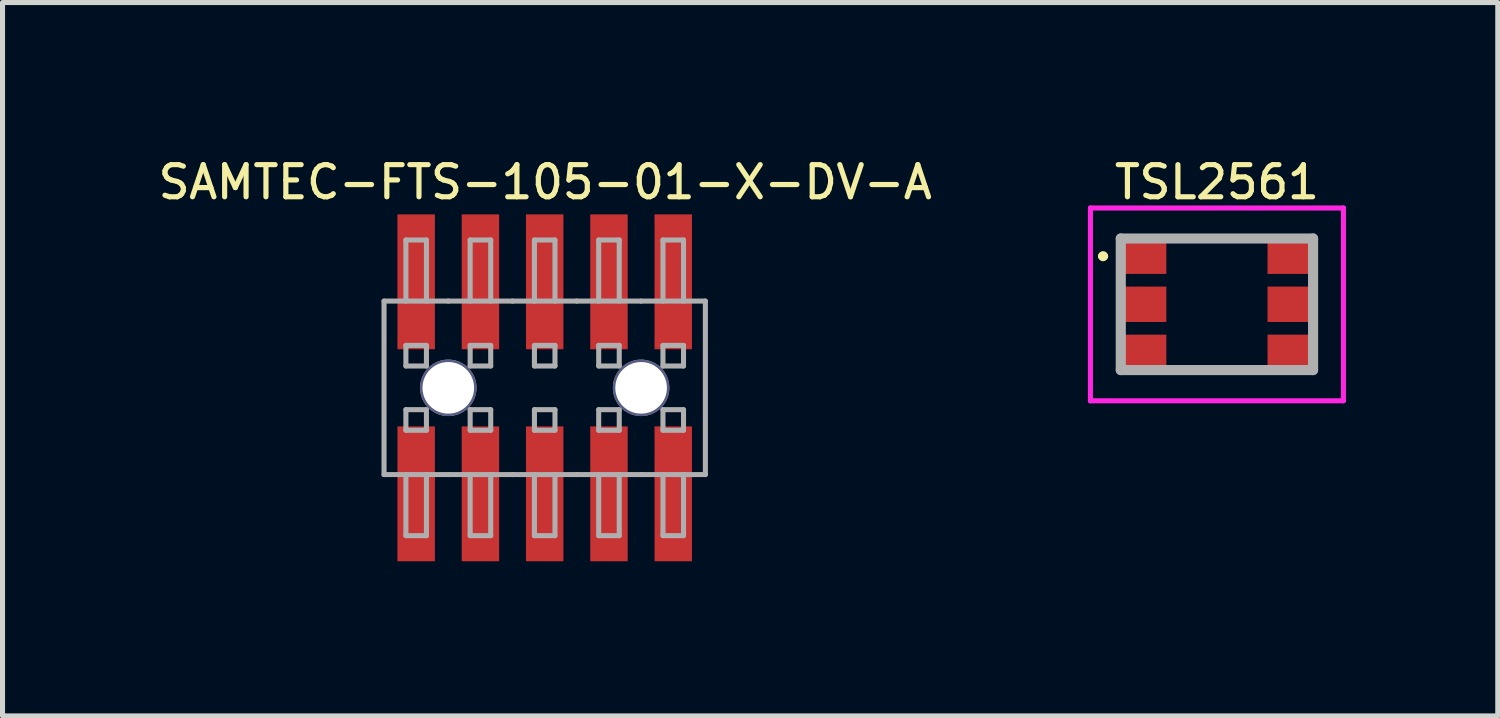
<source format=kicad_pcb>
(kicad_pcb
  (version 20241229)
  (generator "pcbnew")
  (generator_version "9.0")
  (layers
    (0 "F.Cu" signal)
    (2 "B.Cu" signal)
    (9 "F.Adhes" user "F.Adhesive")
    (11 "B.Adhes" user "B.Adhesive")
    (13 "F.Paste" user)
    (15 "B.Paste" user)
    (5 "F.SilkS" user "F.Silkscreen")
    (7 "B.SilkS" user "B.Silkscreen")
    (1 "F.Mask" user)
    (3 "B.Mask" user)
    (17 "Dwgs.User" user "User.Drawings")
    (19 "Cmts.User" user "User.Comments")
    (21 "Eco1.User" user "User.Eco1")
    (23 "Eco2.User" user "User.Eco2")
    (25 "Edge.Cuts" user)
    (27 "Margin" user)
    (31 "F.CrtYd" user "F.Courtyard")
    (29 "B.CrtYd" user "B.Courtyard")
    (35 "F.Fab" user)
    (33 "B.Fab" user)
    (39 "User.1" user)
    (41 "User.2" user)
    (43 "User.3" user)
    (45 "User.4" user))
  (footprint "SAMTEC-FTS-105-01-X-DV-A"
    (layer "F.Cu")
    (at 7.714 4.614)
    (property "Reference" "SAMTEC-FTS-105-01-X-DV-A" (at 0.01 -4.064 0) (layer "F.SilkS") (effects (font (size 0.635 0.635) (thickness 0.102))))
    (attr through_hole)
    (fp_circle (center -1.905 0) (end -1.344 0) (stroke (width 0) (type solid)) (fill yes) (layer "F.Mask"))
    (fp_circle (center 1.905 0) (end 2.466 0) (stroke (width 0) (type solid)) (fill yes) (layer "F.Mask"))
    (fp_poly (pts (xy -2.961 -3.478) (xy -2.119 -3.478) (xy -2.119 -0.713) (xy -2.961 -0.713)) (stroke (width 0.01) (type solid)) (fill yes) (layer "F.Mask"))
    (fp_poly (pts (xy -2.961 0.711) (xy -2.119 0.711) (xy -2.119 3.476) (xy -2.961 3.476)) (stroke (width 0.01) (type solid)) (fill yes) (layer "F.Mask"))
    (fp_poly (pts (xy -1.691 -3.478) (xy -0.849 -3.478) (xy -0.849 -0.713) (xy -1.691 -0.713)) (stroke (width 0.01) (type solid)) (fill yes) (layer "F.Mask"))
    (fp_poly (pts (xy -1.691 0.711) (xy -0.849 0.711) (xy -0.849 3.476) (xy -1.691 3.476)) (stroke (width 0.01) (type solid)) (fill yes) (layer "F.Mask"))
    (fp_poly (pts (xy -0.421 -3.478) (xy 0.421 -3.478) (xy 0.421 -0.713) (xy -0.421 -0.713)) (stroke (width 0.01) (type solid)) (fill yes) (layer "F.Mask"))
    (fp_poly (pts (xy -0.421 0.713) (xy 0.421 0.713) (xy 0.421 3.478) (xy -0.421 3.478)) (stroke (width 0.01) (type solid)) (fill yes) (layer "F.Mask"))
    (fp_poly (pts (xy 0.849 -3.478) (xy 1.691 -3.478) (xy 1.691 -0.713) (xy 0.849 -0.713)) (stroke (width 0.01) (type solid)) (fill yes) (layer "F.Mask"))
    (fp_poly (pts (xy 0.849 0.711) (xy 1.691 0.711) (xy 1.691 3.476) (xy 0.849 3.476)) (stroke (width 0.01) (type solid)) (fill yes) (layer "F.Mask"))
    (fp_poly (pts (xy 2.119 -3.478) (xy 2.961 -3.478) (xy 2.961 -0.713) (xy 2.119 -0.713)) (stroke (width 0.01) (type solid)) (fill yes) (layer "F.Mask"))
    (fp_poly (pts (xy 2.119 0.711) (xy 2.961 0.711) (xy 2.961 3.476) (xy 2.119 3.476)) (stroke (width 0.01) (type solid)) (fill yes) (layer "F.Mask"))
    (fp_circle (center -1.905 0) (end -1.344 0) (stroke (width 0) (type solid)) (fill yes) (layer "B.Mask"))
    (fp_circle (center 1.905 0) (end 2.466 0) (stroke (width 0) (type solid)) (fill yes) (layer "B.Mask"))
    (fp_poly (pts (xy -2.91 -3.427) (xy -2.17 -3.427) (xy -2.17 -0.762) (xy -2.91 -0.762)) (stroke (width 0.01) (type solid)) (fill yes) (layer "F.Paste"))
    (fp_poly (pts (xy -2.91 0.762) (xy -2.17 0.762) (xy -2.17 3.425) (xy -2.91 3.425)) (stroke (width 0.01) (type solid)) (fill yes) (layer "F.Paste"))
    (fp_poly (pts (xy -1.64 -3.427) (xy -0.9 -3.427) (xy -0.9 -0.762) (xy -1.64 -0.762)) (stroke (width 0.01) (type solid)) (fill yes) (layer "F.Paste"))
    (fp_poly (pts (xy -1.64 0.762) (xy -0.9 0.762) (xy -0.9 3.425) (xy -1.64 3.425)) (stroke (width 0.01) (type solid)) (fill yes) (layer "F.Paste"))
    (fp_poly (pts (xy -0.37 -3.427) (xy 0.37 -3.427) (xy 0.37 -0.762) (xy -0.37 -0.762)) (stroke (width 0.01) (type solid)) (fill yes) (layer "F.Paste"))
    (fp_poly (pts (xy -0.37 0.764) (xy 0.37 0.764) (xy 0.37 3.427) (xy -0.37 3.427)) (stroke (width 0.01) (type solid)) (fill yes) (layer "F.Paste"))
    (fp_poly (pts (xy 0.9 -3.427) (xy 1.64 -3.427) (xy 1.64 -0.762) (xy 0.9 -0.762)) (stroke (width 0.01) (type solid)) (fill yes) (layer "F.Paste"))
    (fp_poly (pts (xy 0.9 0.762) (xy 1.64 0.762) (xy 1.64 3.425) (xy 0.9 3.425)) (stroke (width 0.01) (type solid)) (fill yes) (layer "F.Paste"))
    (fp_poly (pts (xy 2.17 -3.427) (xy 2.91 -3.427) (xy 2.91 -0.762) (xy 2.17 -0.762)) (stroke (width 0.01) (type solid)) (fill yes) (layer "F.Paste"))
    (fp_poly (pts (xy 2.17 0.762) (xy 2.91 0.762) (xy 2.91 3.425) (xy 2.17 3.425)) (stroke (width 0.01) (type solid)) (fill yes) (layer "F.Paste"))
    (fp_circle (center -1.905 0) (end -1.397 0) (stroke (width 0.1) (type solid)) (fill no) (layer "B.Fab"))
    (fp_circle (center 1.905 0) (end 2.413 0) (stroke (width 0.1) (type solid)) (fill no) (layer "B.Fab"))
    (fp_line (start -3.175 -1.714) (end -1.905 -1.714) (stroke (width 0.1) (type solid)) (layer "F.Fab"))
    (fp_line (start -3.175 1.714) (end -3.175 -1.714) (stroke (width 0.1) (type solid)) (layer "F.Fab"))
    (fp_line (start -2.743 -2.921) (end -2.337 -2.921) (stroke (width 0.1) (type solid)) (layer "F.Fab"))
    (fp_line (start -2.743 -1.714) (end -2.743 -2.921) (stroke (width 0.1) (type solid)) (layer "F.Fab"))
    (fp_line (start -2.743 -0.838) (end -2.337 -0.838) (stroke (width 0.1) (type solid)) (layer "F.Fab"))
    (fp_line (start -2.743 -0.432) (end -2.743 -0.838) (stroke (width 0.1) (type solid)) (layer "F.Fab"))
    (fp_line (start -2.743 0.432) (end -2.337 0.432) (stroke (width 0.1) (type solid)) (layer "F.Fab"))
    (fp_line (start -2.743 0.838) (end -2.743 0.432) (stroke (width 0.1) (type solid)) (layer "F.Fab"))
    (fp_line (start -2.743 1.714) (end -2.743 2.921) (stroke (width 0.1) (type solid)) (layer "F.Fab"))
    (fp_line (start -2.743 2.921) (end -2.337 2.921) (stroke (width 0.1) (type solid)) (layer "F.Fab"))
    (fp_line (start -2.337 -2.921) (end -2.337 -1.714) (stroke (width 0.1) (type solid)) (layer "F.Fab"))
    (fp_line (start -2.337 -0.838) (end -2.337 -0.432) (stroke (width 0.1) (type solid)) (layer "F.Fab"))
    (fp_line (start -2.337 -0.432) (end -2.743 -0.432) (stroke (width 0.1) (type solid)) (layer "F.Fab"))
    (fp_line (start -2.337 0.432) (end -2.337 0.838) (stroke (width 0.1) (type solid)) (layer "F.Fab"))
    (fp_line (start -2.337 0.838) (end -2.743 0.838) (stroke (width 0.1) (type solid)) (layer "F.Fab"))
    (fp_line (start -2.337 2.921) (end -2.337 1.714) (stroke (width 0.1) (type solid)) (layer "F.Fab"))
    (fp_line (start -1.905 1.714) (end -3.175 1.714) (stroke (width 0.1) (type solid)) (layer "F.Fab"))
    (fp_line (start -1.905 1.714) (end -0.635 1.714) (stroke (width 0.1) (type solid)) (layer "F.Fab"))
    (fp_line (start -1.473 -2.921) (end -1.473 -1.714) (stroke (width 0.1) (type solid)) (layer "F.Fab"))
    (fp_line (start -1.473 -0.838) (end -1.473 -0.432) (stroke (width 0.1) (type solid)) (layer "F.Fab"))
    (fp_line (start -1.473 -0.432) (end -1.067 -0.432) (stroke (width 0.1) (type solid)) (layer "F.Fab"))
    (fp_line (start -1.473 0.432) (end -1.473 0.838) (stroke (width 0.1) (type solid)) (layer "F.Fab"))
    (fp_line (start -1.473 0.838) (end -1.067 0.838) (stroke (width 0.1) (type solid)) (layer "F.Fab"))
    (fp_line (start -1.473 2.921) (end -1.473 1.714) (stroke (width 0.1) (type solid)) (layer "F.Fab"))
    (fp_line (start -1.067 -2.921) (end -1.473 -2.921) (stroke (width 0.1) (type solid)) (layer "F.Fab"))
    (fp_line (start -1.067 -1.714) (end -1.067 -2.921) (stroke (width 0.1) (type solid)) (layer "F.Fab"))
    (fp_line (start -1.067 -0.838) (end -1.473 -0.838) (stroke (width 0.1) (type solid)) (layer "F.Fab"))
    (fp_line (start -1.067 -0.432) (end -1.067 -0.838) (stroke (width 0.1) (type solid)) (layer "F.Fab"))
    (fp_line (start -1.067 0.432) (end -1.473 0.432) (stroke (width 0.1) (type solid)) (layer "F.Fab"))
    (fp_line (start -1.067 0.838) (end -1.067 0.432) (stroke (width 0.1) (type solid)) (layer "F.Fab"))
    (fp_line (start -1.067 1.714) (end -1.067 2.921) (stroke (width 0.1) (type solid)) (layer "F.Fab"))
    (fp_line (start -1.067 2.921) (end -1.473 2.921) (stroke (width 0.1) (type solid)) (layer "F.Fab"))
    (fp_line (start -0.635 -1.714) (end -1.905 -1.714) (stroke (width 0.1) (type solid)) (layer "F.Fab"))
    (fp_line (start -0.635 1.714) (end 0.635 1.714) (stroke (width 0.1) (type solid)) (layer "F.Fab"))
    (fp_line (start -0.203 -2.921) (end -0.203 -1.714) (stroke (width 0.1) (type solid)) (layer "F.Fab"))
    (fp_line (start -0.203 -0.838) (end -0.203 -0.432) (stroke (width 0.1) (type solid)) (layer "F.Fab"))
    (fp_line (start -0.203 -0.432) (end 0.203 -0.432) (stroke (width 0.1) (type solid)) (layer "F.Fab"))
    (fp_line (start -0.203 0.432) (end -0.203 0.838) (stroke (width 0.1) (type solid)) (layer "F.Fab"))
    (fp_line (start -0.203 0.838) (end 0.203 0.838) (stroke (width 0.1) (type solid)) (layer "F.Fab"))
    (fp_line (start -0.203 2.921) (end -0.203 1.714) (stroke (width 0.1) (type solid)) (layer "F.Fab"))
    (fp_line (start 0.203 -2.921) (end -0.203 -2.921) (stroke (width 0.1) (type solid)) (layer "F.Fab"))
    (fp_line (start 0.203 -1.714) (end 0.203 -2.921) (stroke (width 0.1) (type solid)) (layer "F.Fab"))
    (fp_line (start 0.203 -0.838) (end -0.203 -0.838) (stroke (width 0.1) (type solid)) (layer "F.Fab"))
    (fp_line (start 0.203 -0.432) (end 0.203 -0.838) (stroke (width 0.1) (type solid)) (layer "F.Fab"))
    (fp_line (start 0.203 0.432) (end -0.203 0.432) (stroke (width 0.1) (type solid)) (layer "F.Fab"))
    (fp_line (start 0.203 0.838) (end 0.203 0.432) (stroke (width 0.1) (type solid)) (layer "F.Fab"))
    (fp_line (start 0.203 1.714) (end 0.203 2.921) (stroke (width 0.1) (type solid)) (layer "F.Fab"))
    (fp_line (start 0.203 2.921) (end -0.203 2.921) (stroke (width 0.1) (type solid)) (layer "F.Fab"))
    (fp_line (start 0.635 -1.714) (end -0.635 -1.714) (stroke (width 0.1) (type solid)) (layer "F.Fab"))
    (fp_line (start 0.635 1.714) (end 1.905 1.714) (stroke (width 0.1) (type solid)) (layer "F.Fab"))
    (fp_line (start 1.067 -2.921) (end 1.067 -1.714) (stroke (width 0.1) (type solid)) (layer "F.Fab"))
    (fp_line (start 1.067 -0.838) (end 1.067 -0.432) (stroke (width 0.1) (type solid)) (layer "F.Fab"))
    (fp_line (start 1.067 -0.432) (end 1.473 -0.432) (stroke (width 0.1) (type solid)) (layer "F.Fab"))
    (fp_line (start 1.067 0.432) (end 1.067 0.838) (stroke (width 0.1) (type solid)) (layer "F.Fab"))
    (fp_line (start 1.067 0.838) (end 1.473 0.838) (stroke (width 0.1) (type solid)) (layer "F.Fab"))
    (fp_line (start 1.067 2.921) (end 1.067 1.714) (stroke (width 0.1) (type solid)) (layer "F.Fab"))
    (fp_line (start 1.473 -2.921) (end 1.067 -2.921) (stroke (width 0.1) (type solid)) (layer "F.Fab"))
    (fp_line (start 1.473 -1.714) (end 1.473 -2.921) (stroke (width 0.1) (type solid)) (layer "F.Fab"))
    (fp_line (start 1.473 -0.838) (end 1.067 -0.838) (stroke (width 0.1) (type solid)) (layer "F.Fab"))
    (fp_line (start 1.473 -0.432) (end 1.473 -0.838) (stroke (width 0.1) (type solid)) (layer "F.Fab"))
    (fp_line (start 1.473 0.432) (end 1.067 0.432) (stroke (width 0.1) (type solid)) (layer "F.Fab"))
    (fp_line (start 1.473 0.838) (end 1.473 0.432) (stroke (width 0.1) (type solid)) (layer "F.Fab"))
    (fp_line (start 1.473 1.714) (end 1.473 2.921) (stroke (width 0.1) (type solid)) (layer "F.Fab"))
    (fp_line (start 1.473 2.921) (end 1.067 2.921) (stroke (width 0.1) (type solid)) (layer "F.Fab"))
    (fp_line (start 1.905 -1.714) (end 0.635 -1.714) (stroke (width 0.1) (type solid)) (layer "F.Fab"))
    (fp_line (start 1.905 1.714) (end 3.175 1.714) (stroke (width 0.1) (type solid)) (layer "F.Fab"))
    (fp_line (start 2.337 -2.921) (end 2.337 -1.714) (stroke (width 0.1) (type solid)) (layer "F.Fab"))
    (fp_line (start 2.337 -0.838) (end 2.337 -0.432) (stroke (width 0.1) (type solid)) (layer "F.Fab"))
    (fp_line (start 2.337 -0.432) (end 2.743 -0.432) (stroke (width 0.1) (type solid)) (layer "F.Fab"))
    (fp_line (start 2.337 0.432) (end 2.337 0.838) (stroke (width 0.1) (type solid)) (layer "F.Fab"))
    (fp_line (start 2.337 0.838) (end 2.743 0.838) (stroke (width 0.1) (type solid)) (layer "F.Fab"))
    (fp_line (start 2.337 2.921) (end 2.337 1.714) (stroke (width 0.1) (type solid)) (layer "F.Fab"))
    (fp_line (start 2.743 -2.921) (end 2.337 -2.921) (stroke (width 0.1) (type solid)) (layer "F.Fab"))
    (fp_line (start 2.743 -1.714) (end 2.743 -2.921) (stroke (width 0.1) (type solid)) (layer "F.Fab"))
    (fp_line (start 2.743 -0.838) (end 2.337 -0.838) (stroke (width 0.1) (type solid)) (layer "F.Fab"))
    (fp_line (start 2.743 -0.432) (end 2.743 -0.838) (stroke (width 0.1) (type solid)) (layer "F.Fab"))
    (fp_line (start 2.743 0.432) (end 2.337 0.432) (stroke (width 0.1) (type solid)) (layer "F.Fab"))
    (fp_line (start 2.743 0.838) (end 2.743 0.432) (stroke (width 0.1) (type solid)) (layer "F.Fab"))
    (fp_line (start 2.743 1.714) (end 2.743 2.921) (stroke (width 0.1) (type solid)) (layer "F.Fab"))
    (fp_line (start 2.743 2.921) (end 2.337 2.921) (stroke (width 0.1) (type solid)) (layer "F.Fab"))
    (fp_line (start 3.175 -1.714) (end 1.905 -1.714) (stroke (width 0.1) (type solid)) (layer "F.Fab"))
    (fp_line (start 3.175 1.714) (end 3.175 -1.714) (stroke (width 0.1) (type solid)) (layer "F.Fab"))
    (fp_circle (center -1.905 0) (end -1.397 0) (stroke (width 0.1) (type solid)) (fill no) (layer "F.Fab"))
    (fp_circle (center 1.905 0) (end 2.413 0) (stroke (width 0.1) (type solid)) (fill no) (layer "F.Fab"))
    (pad "" np_thru_hole circle (at -1.905 0) (size 1.02 1.02) (drill 1.02) (layers "*.Cu" "*.Mask"))
    (pad "" np_thru_hole circle (at 1.905 0) (size 1.02 1.02) (drill 1.02) (layers "*.Cu" "*.Mask"))
    (pad "1" smd rect (at -2.54 2.095) (size 0.74 2.665) (layers "F.Cu" "F.Paste"))
    (pad "2" smd rect (at -2.54 -2.095) (size 0.74 2.665) (layers "F.Cu" "F.Paste"))
    (pad "3" smd rect (at -1.27 2.095) (size 0.74 2.665) (layers "F.Cu" "F.Paste"))
    (pad "4" smd rect (at -1.27 -2.095) (size 0.74 2.665) (layers "F.Cu" "F.Paste"))
    (pad "5" smd rect (at 0 2.095) (size 0.74 2.665) (layers "F.Cu" "F.Paste"))
    (pad "6" smd rect (at 0 -2.095) (size 0.74 2.665) (layers "F.Cu" "F.Paste"))
    (pad "7" smd rect (at 1.27 2.095) (size 0.74 2.665) (layers "F.Cu" "F.Paste"))
    (pad "8" smd rect (at 1.27 -2.095) (size 0.74 2.665) (layers "F.Cu" "F.Paste"))
    (pad "9" smd rect (at 2.54 2.095) (size 0.74 2.665) (layers "F.Cu" "F.Paste"))
    (pad "10" smd rect (at 2.54 -2.095) (size 0.74 2.665) (layers "F.Cu" "F.Paste")))
  (footprint "TSL2561"
    (layer "F.Cu")
    (at 20.998 2.963)
    (property "Reference" "TSL2561" (at 0 -2.413 0) (layer "F.SilkS") (effects (font (size 0.635 0.635) (thickness 0.102))))
    (attr smd)
    (fp_line (start -2.3 -0.95) (end -2.3 -0.95) (stroke (width 0.1) (type solid)) (layer "F.SilkS"))
    (fp_line (start -2.2 -0.95) (end -2.2 -0.95) (stroke (width 0.1) (type solid)) (layer "F.SilkS"))
    (fp_line (start -0.5 -1.3) (end 0.5 -1.303) (stroke (width 0.1) (type solid)) (layer "F.SilkS"))
    (fp_line (start -0.5 1.3) (end 0.5 1.307) (stroke (width 0.1) (type solid)) (layer "F.SilkS"))
    (fp_arc (start -2.3 -0.95) (mid -2.25 -1) (end -2.2 -0.95) (stroke (width 0.1) (type solid)) (layer "F.SilkS"))
    (fp_arc (start -2.2 -0.95) (mid -2.25 -0.9) (end -2.3 -0.95) (stroke (width 0.1) (type solid)) (layer "F.SilkS"))
    (fp_line (start -2.5 -1.903) (end 2.5 -1.903) (stroke (width 0.1) (type solid)) (layer "F.CrtYd"))
    (fp_line (start -2.5 1.907) (end -2.5 -1.903) (stroke (width 0.1) (type solid)) (layer "F.CrtYd"))
    (fp_line (start 2.5 -1.903) (end 2.5 1.907) (stroke (width 0.1) (type solid)) (layer "F.CrtYd"))
    (fp_line (start 2.5 1.907) (end -2.5 1.907) (stroke (width 0.1) (type solid)) (layer "F.CrtYd"))
    (fp_line (start -1.9 -1.3) (end 1.9 -1.3) (stroke (width 0.2) (type solid)) (layer "F.Fab"))
    (fp_line (start -1.9 1.3) (end -1.9 -1.3) (stroke (width 0.2) (type solid)) (layer "F.Fab"))
    (fp_line (start 1.9 -1.3) (end 1.9 1.3) (stroke (width 0.2) (type solid)) (layer "F.Fab"))
    (fp_line (start 1.9 1.3) (end -1.9 1.3) (stroke (width 0.2) (type solid)) (layer "F.Fab"))
    (pad "1" smd rect (at -1.45 -0.95 90) (size 0.7 0.9) (layers "F.Cu" "F.Mask" "F.Paste"))
    (pad "2" smd rect (at -1.45 0 90) (size 0.7 0.9) (layers "F.Cu" "F.Mask" "F.Paste"))
    (pad "3" smd rect (at -1.45 0.95 90) (size 0.7 0.9) (layers "F.Cu" "F.Mask" "F.Paste"))
    (pad "4" smd rect (at 1.45 0.95 90) (size 0.7 0.9) (layers "F.Cu" "F.Mask" "F.Paste"))
    (pad "5" smd rect (at 1.45 0 90) (size 0.7 0.9) (layers "F.Cu" "F.Mask" "F.Paste"))
    (pad "6" smd rect (at 1.45 -0.95 90) (size 0.7 0.9) (layers "F.Cu" "F.Mask" "F.Paste")))
  (gr_rect
    (start -3 -3)
    (end 26.548 11.097)
    (stroke (width 0.1) (type default))
    (fill no)
    (layer "Edge.Cuts")))
</source>
